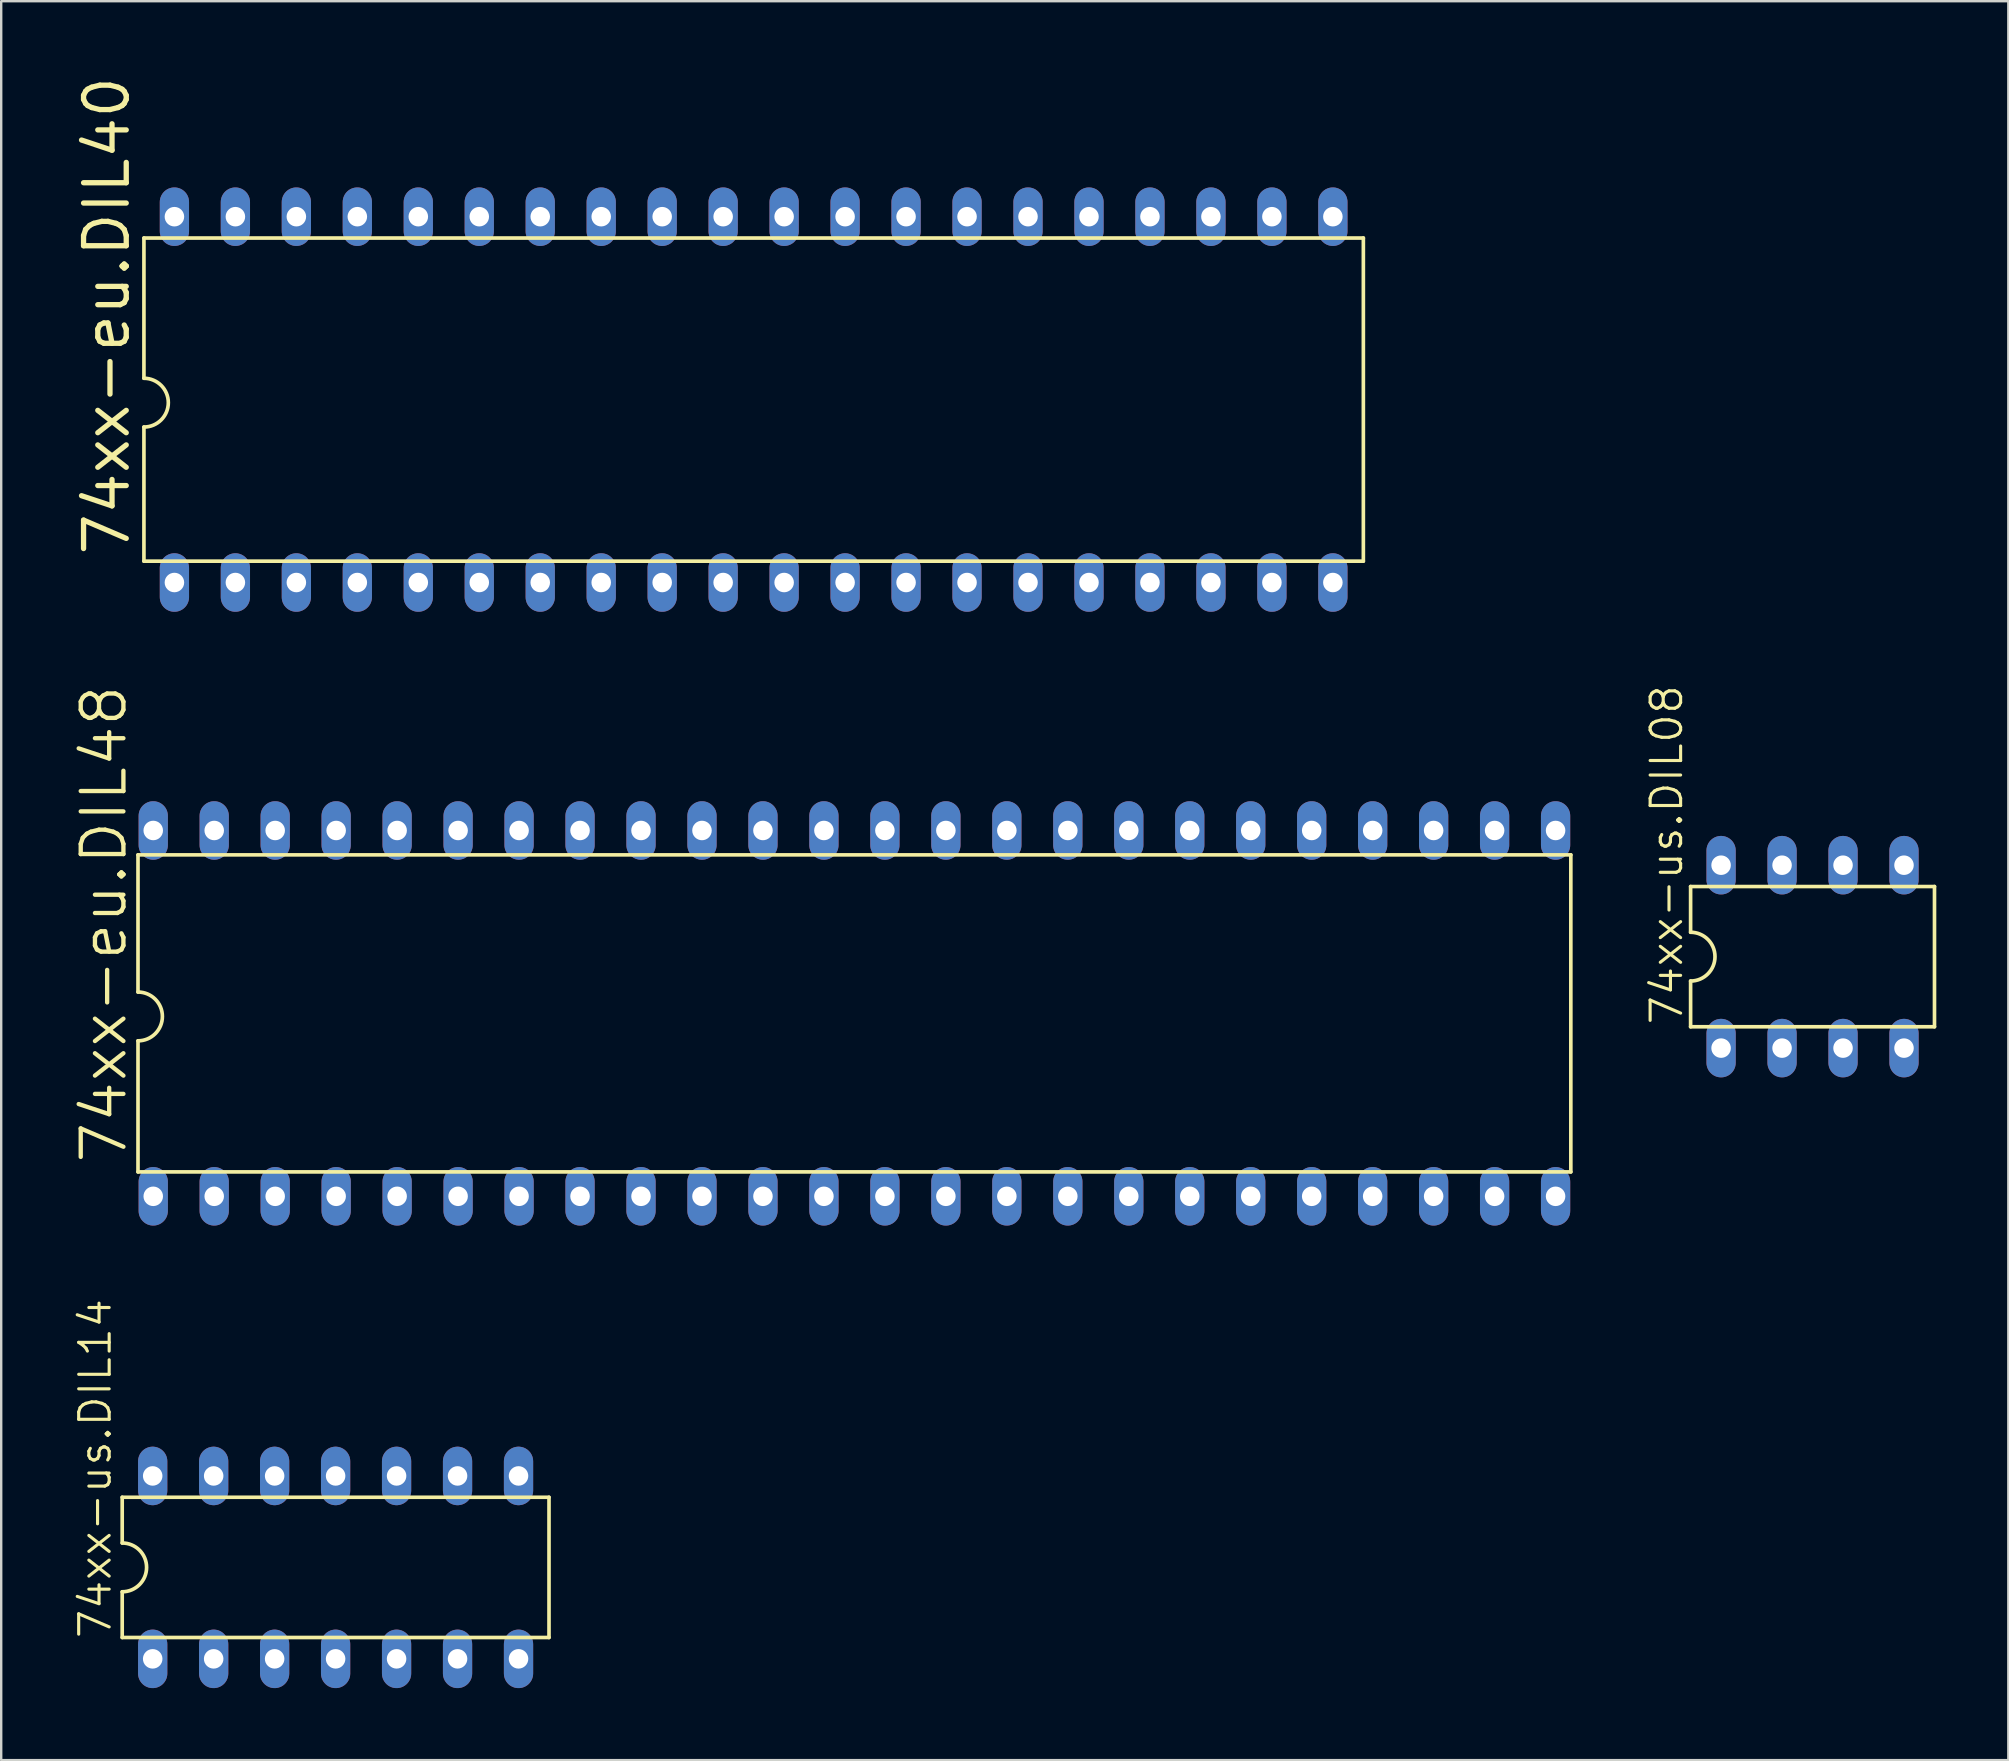
<source format=kicad_pcb>
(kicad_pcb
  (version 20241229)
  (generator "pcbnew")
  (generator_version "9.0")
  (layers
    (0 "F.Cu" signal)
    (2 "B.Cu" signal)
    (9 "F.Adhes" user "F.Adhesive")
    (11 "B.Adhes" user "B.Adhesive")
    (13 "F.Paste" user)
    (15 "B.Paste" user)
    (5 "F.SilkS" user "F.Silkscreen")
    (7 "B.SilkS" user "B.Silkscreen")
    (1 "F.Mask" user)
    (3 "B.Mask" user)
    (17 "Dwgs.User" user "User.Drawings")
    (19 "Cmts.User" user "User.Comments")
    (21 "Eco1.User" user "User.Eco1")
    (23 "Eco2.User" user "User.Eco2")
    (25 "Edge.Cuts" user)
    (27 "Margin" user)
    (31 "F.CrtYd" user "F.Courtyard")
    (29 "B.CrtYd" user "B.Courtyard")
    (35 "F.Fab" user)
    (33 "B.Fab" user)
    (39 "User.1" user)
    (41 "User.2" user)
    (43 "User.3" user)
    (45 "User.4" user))
  (footprint "74xx-us.DIL08"
    (layer "F.Cu")
    (at 72.459 36.803)
    (property "Reference" "74xx-us.DIL08" (at -5.334 2.921 90) (layer "F.SilkS") (effects (font (size 1.27 1.27) (thickness 0.13)) (justify left bottom)))
    (attr through_hole)
    (fp_line (start -5.08 -2.921) (end -5.08 -1.016) (stroke (width 0.152) (type default)) (layer "F.SilkS"))
    (fp_line (start -5.08 2.921) (end -5.08 1.016) (stroke (width 0.152) (type default)) (layer "F.SilkS"))
    (fp_line (start -5.08 2.921) (end 5.08 2.921) (stroke (width 0.152) (type default)) (layer "F.SilkS"))
    (fp_line (start 5.08 -2.921) (end -5.08 -2.921) (stroke (width 0.152) (type default)) (layer "F.SilkS"))
    (fp_line (start 5.08 -2.921) (end 5.08 2.921) (stroke (width 0.152) (type default)) (layer "F.SilkS"))
    (fp_arc (start -5.08 -1.016) (mid -4.064 0) (end -5.08 1.016) (stroke (width 0.1524) (type default)) (layer "F.SilkS"))
    (pad "1" thru_hole oval (at -3.81 3.81 90) (size 2.438 1.219) (drill 0.813) (layers "*.Cu" "*.Mask"))
    (pad "2" thru_hole oval (at -1.27 3.81 90) (size 2.438 1.219) (drill 0.813) (layers "*.Cu" "*.Mask"))
    (pad "3" thru_hole oval (at 1.27 3.81 90) (size 2.438 1.219) (drill 0.813) (layers "*.Cu" "*.Mask"))
    (pad "4" thru_hole oval (at 3.81 3.81 90) (size 2.438 1.219) (drill 0.813) (layers "*.Cu" "*.Mask"))
    (pad "5" thru_hole oval (at 3.81 -3.81 90) (size 2.438 1.219) (drill 0.813) (layers "*.Cu" "*.Mask"))
    (pad "6" thru_hole oval (at 1.27 -3.81 90) (size 2.438 1.219) (drill 0.813) (layers "*.Cu" "*.Mask"))
    (pad "7" thru_hole oval (at -1.27 -3.81 90) (size 2.438 1.219) (drill 0.813) (layers "*.Cu" "*.Mask"))
    (pad "8" thru_hole oval (at -3.81 -3.81 90) (size 2.438 1.219) (drill 0.813) (layers "*.Cu" "*.Mask")))
  (footprint "74xx-eu.DIL48"
    (layer "F.Cu")
    (at 32.544 39.167)
    (property "Reference" "74xx-eu.DIL48" (at -30.226 6.35 90) (layer "F.SilkS") (effects (font (size 1.778 1.778) (thickness 0.18)) (justify left bottom)))
    (attr through_hole)
    (fp_line (start -29.845 -6.604) (end -29.845 -0.889) (stroke (width 0.152) (type default)) (layer "F.SilkS"))
    (fp_line (start -29.845 6.604) (end -29.845 1.143) (stroke (width 0.152) (type default)) (layer "F.SilkS"))
    (fp_line (start -29.845 6.604) (end 29.845 6.604) (stroke (width 0.152) (type default)) (layer "F.SilkS"))
    (fp_line (start 29.845 -6.604) (end -29.845 -6.604) (stroke (width 0.152) (type default)) (layer "F.SilkS"))
    (fp_line (start 29.845 6.604) (end 29.845 -6.604) (stroke (width 0.152) (type default)) (layer "F.SilkS"))
    (fp_arc (start -29.845 -0.889) (mid -28.829 0.127) (end -29.845 1.143) (stroke (width 0.1524) (type default)) (layer "F.SilkS"))
    (pad "1" thru_hole oval (at -29.21 7.62 90) (size 2.438 1.219) (drill 0.813) (layers "*.Cu" "*.Mask"))
    (pad "2" thru_hole oval (at -26.67 7.62 90) (size 2.438 1.219) (drill 0.813) (layers "*.Cu" "*.Mask"))
    (pad "3" thru_hole oval (at -24.13 7.62 90) (size 2.438 1.219) (drill 0.813) (layers "*.Cu" "*.Mask"))
    (pad "4" thru_hole oval (at -21.59 7.62 90) (size 2.438 1.219) (drill 0.813) (layers "*.Cu" "*.Mask"))
    (pad "5" thru_hole oval (at -19.05 7.62 90) (size 2.438 1.219) (drill 0.813) (layers "*.Cu" "*.Mask"))
    (pad "6" thru_hole oval (at -16.51 7.62 90) (size 2.438 1.219) (drill 0.813) (layers "*.Cu" "*.Mask"))
    (pad "7" thru_hole oval (at -13.97 7.62 90) (size 2.438 1.219) (drill 0.813) (layers "*.Cu" "*.Mask"))
    (pad "8" thru_hole oval (at -11.43 7.62 90) (size 2.438 1.219) (drill 0.813) (layers "*.Cu" "*.Mask"))
    (pad "9" thru_hole oval (at -8.89 7.62 90) (size 2.438 1.219) (drill 0.813) (layers "*.Cu" "*.Mask"))
    (pad "10" thru_hole oval (at -6.35 7.62 90) (size 2.438 1.219) (drill 0.813) (layers "*.Cu" "*.Mask"))
    (pad "11" thru_hole oval (at -3.81 7.62 90) (size 2.438 1.219) (drill 0.813) (layers "*.Cu" "*.Mask"))
    (pad "12" thru_hole oval (at -1.27 7.62 90) (size 2.438 1.219) (drill 0.813) (layers "*.Cu" "*.Mask"))
    (pad "13" thru_hole oval (at 1.27 7.62 90) (size 2.438 1.219) (drill 0.813) (layers "*.Cu" "*.Mask"))
    (pad "14" thru_hole oval (at 3.81 7.62 90) (size 2.438 1.219) (drill 0.813) (layers "*.Cu" "*.Mask"))
    (pad "15" thru_hole oval (at 6.35 7.62 90) (size 2.438 1.219) (drill 0.813) (layers "*.Cu" "*.Mask"))
    (pad "16" thru_hole oval (at 8.89 7.62 90) (size 2.438 1.219) (drill 0.813) (layers "*.Cu" "*.Mask"))
    (pad "17" thru_hole oval (at 11.43 7.62 90) (size 2.438 1.219) (drill 0.813) (layers "*.Cu" "*.Mask"))
    (pad "18" thru_hole oval (at 13.97 7.62 90) (size 2.438 1.219) (drill 0.813) (layers "*.Cu" "*.Mask"))
    (pad "19" thru_hole oval (at 16.51 7.62 90) (size 2.438 1.219) (drill 0.813) (layers "*.Cu" "*.Mask"))
    (pad "20" thru_hole oval (at 19.05 7.62 90) (size 2.438 1.219) (drill 0.813) (layers "*.Cu" "*.Mask"))
    (pad "21" thru_hole oval (at 21.59 7.62 90) (size 2.438 1.219) (drill 0.813) (layers "*.Cu" "*.Mask"))
    (pad "22" thru_hole oval (at 24.13 7.62 90) (size 2.438 1.219) (drill 0.813) (layers "*.Cu" "*.Mask"))
    (pad "23" thru_hole oval (at 26.67 7.62 90) (size 2.438 1.219) (drill 0.813) (layers "*.Cu" "*.Mask"))
    (pad "24" thru_hole oval (at 29.21 7.62 90) (size 2.438 1.219) (drill 0.813) (layers "*.Cu" "*.Mask"))
    (pad "25" thru_hole oval (at 29.21 -7.62 90) (size 2.438 1.219) (drill 0.813) (layers "*.Cu" "*.Mask"))
    (pad "26" thru_hole oval (at 26.67 -7.62 90) (size 2.438 1.219) (drill 0.813) (layers "*.Cu" "*.Mask"))
    (pad "27" thru_hole oval (at 24.13 -7.62 90) (size 2.438 1.219) (drill 0.813) (layers "*.Cu" "*.Mask"))
    (pad "28" thru_hole oval (at 21.59 -7.62 90) (size 2.438 1.219) (drill 0.813) (layers "*.Cu" "*.Mask"))
    (pad "29" thru_hole oval (at 19.05 -7.62 90) (size 2.438 1.219) (drill 0.813) (layers "*.Cu" "*.Mask"))
    (pad "30" thru_hole oval (at 16.51 -7.62 90) (size 2.438 1.219) (drill 0.813) (layers "*.Cu" "*.Mask"))
    (pad "31" thru_hole oval (at 13.97 -7.62 90) (size 2.438 1.219) (drill 0.813) (layers "*.Cu" "*.Mask"))
    (pad "32" thru_hole oval (at 11.43 -7.62 90) (size 2.438 1.219) (drill 0.813) (layers "*.Cu" "*.Mask"))
    (pad "33" thru_hole oval (at 8.89 -7.62 90) (size 2.438 1.219) (drill 0.813) (layers "*.Cu" "*.Mask"))
    (pad "34" thru_hole oval (at 6.35 -7.62 90) (size 2.438 1.219) (drill 0.813) (layers "*.Cu" "*.Mask"))
    (pad "35" thru_hole oval (at 3.81 -7.62 90) (size 2.438 1.219) (drill 0.813) (layers "*.Cu" "*.Mask"))
    (pad "36" thru_hole oval (at 1.27 -7.62 90) (size 2.438 1.219) (drill 0.813) (layers "*.Cu" "*.Mask"))
    (pad "37" thru_hole oval (at -1.27 -7.62 90) (size 2.438 1.219) (drill 0.813) (layers "*.Cu" "*.Mask"))
    (pad "38" thru_hole oval (at -3.81 -7.62 90) (size 2.438 1.219) (drill 0.813) (layers "*.Cu" "*.Mask"))
    (pad "39" thru_hole oval (at -6.35 -7.62 90) (size 2.438 1.219) (drill 0.813) (layers "*.Cu" "*.Mask"))
    (pad "40" thru_hole oval (at -8.89 -7.62 90) (size 2.438 1.219) (drill 0.813) (layers "*.Cu" "*.Mask"))
    (pad "41" thru_hole oval (at -11.43 -7.62 90) (size 2.438 1.219) (drill 0.813) (layers "*.Cu" "*.Mask"))
    (pad "42" thru_hole oval (at -13.97 -7.62 90) (size 2.438 1.219) (drill 0.813) (layers "*.Cu" "*.Mask"))
    (pad "43" thru_hole oval (at -16.51 -7.62 90) (size 2.438 1.219) (drill 0.813) (layers "*.Cu" "*.Mask"))
    (pad "44" thru_hole oval (at -19.05 -7.62 90) (size 2.438 1.219) (drill 0.813) (layers "*.Cu" "*.Mask"))
    (pad "45" thru_hole oval (at -21.59 -7.62 90) (size 2.438 1.219) (drill 0.813) (layers "*.Cu" "*.Mask"))
    (pad "46" thru_hole oval (at -24.13 -7.62 90) (size 2.438 1.219) (drill 0.813) (layers "*.Cu" "*.Mask"))
    (pad "47" thru_hole oval (at -26.67 -7.62 90) (size 2.438 1.219) (drill 0.813) (layers "*.Cu" "*.Mask"))
    (pad "48" thru_hole oval (at -29.21 -7.62 90) (size 2.438 1.219) (drill 0.813) (layers "*.Cu" "*.Mask")))
  (footprint "74xx-us.DIL14"
    (layer "F.Cu")
    (at 10.931 62.246)
    (property "Reference" "74xx-us.DIL14" (at -9.271 3.048 90) (layer "F.SilkS") (effects (font (size 1.27 1.27) (thickness 0.13)) (justify left bottom)))
    (attr through_hole)
    (fp_line (start -8.89 -2.921) (end -8.89 -1.016) (stroke (width 0.152) (type default)) (layer "F.SilkS"))
    (fp_line (start -8.89 2.921) (end -8.89 1.016) (stroke (width 0.152) (type default)) (layer "F.SilkS"))
    (fp_line (start -8.89 2.921) (end 8.89 2.921) (stroke (width 0.152) (type default)) (layer "F.SilkS"))
    (fp_line (start 8.89 -2.921) (end -8.89 -2.921) (stroke (width 0.152) (type default)) (layer "F.SilkS"))
    (fp_line (start 8.89 -2.921) (end 8.89 2.921) (stroke (width 0.152) (type default)) (layer "F.SilkS"))
    (fp_arc (start -8.89 -1.016) (mid -7.874 0) (end -8.89 1.016) (stroke (width 0.1524) (type default)) (layer "F.SilkS"))
    (pad "1" thru_hole oval (at -7.62 3.81 90) (size 2.438 1.219) (drill 0.813) (layers "*.Cu" "*.Mask"))
    (pad "2" thru_hole oval (at -5.08 3.81 90) (size 2.438 1.219) (drill 0.813) (layers "*.Cu" "*.Mask"))
    (pad "3" thru_hole oval (at -2.54 3.81 90) (size 2.438 1.219) (drill 0.813) (layers "*.Cu" "*.Mask"))
    (pad "4" thru_hole oval (at 0 3.81 90) (size 2.438 1.219) (drill 0.813) (layers "*.Cu" "*.Mask"))
    (pad "5" thru_hole oval (at 2.54 3.81 90) (size 2.438 1.219) (drill 0.813) (layers "*.Cu" "*.Mask"))
    (pad "6" thru_hole oval (at 5.08 3.81 90) (size 2.438 1.219) (drill 0.813) (layers "*.Cu" "*.Mask"))
    (pad "7" thru_hole oval (at 7.62 3.81 90) (size 2.438 1.219) (drill 0.813) (layers "*.Cu" "*.Mask"))
    (pad "8" thru_hole oval (at 7.62 -3.81 90) (size 2.438 1.219) (drill 0.813) (layers "*.Cu" "*.Mask"))
    (pad "9" thru_hole oval (at 5.08 -3.81 90) (size 2.438 1.219) (drill 0.813) (layers "*.Cu" "*.Mask"))
    (pad "10" thru_hole oval (at 2.54 -3.81 90) (size 2.438 1.219) (drill 0.813) (layers "*.Cu" "*.Mask"))
    (pad "11" thru_hole oval (at 0 -3.81 90) (size 2.438 1.219) (drill 0.813) (layers "*.Cu" "*.Mask"))
    (pad "12" thru_hole oval (at -2.54 -3.81 90) (size 2.438 1.219) (drill 0.813) (layers "*.Cu" "*.Mask"))
    (pad "13" thru_hole oval (at -5.08 -3.81 90) (size 2.438 1.219) (drill 0.813) (layers "*.Cu" "*.Mask"))
    (pad "14" thru_hole oval (at -7.62 -3.81 90) (size 2.438 1.219) (drill 0.813) (layers "*.Cu" "*.Mask")))
  (footprint "74xx-eu.DIL40"
    (layer "F.Cu")
    (at 28.346 13.597)
    (property "Reference" "74xx-eu.DIL40" (at -25.908 6.604 90) (layer "F.SilkS") (effects (font (size 1.778 1.778) (thickness 0.22)) (justify left bottom)))
    (attr through_hole)
    (fp_line (start -25.4 -6.731) (end -25.4 -0.889) (stroke (width 0.152) (type default)) (layer "F.SilkS"))
    (fp_line (start -25.4 6.731) (end -25.4 1.143) (stroke (width 0.152) (type default)) (layer "F.SilkS"))
    (fp_line (start -25.4 6.731) (end 25.4 6.731) (stroke (width 0.152) (type default)) (layer "F.SilkS"))
    (fp_line (start 25.4 -6.731) (end -25.4 -6.731) (stroke (width 0.152) (type default)) (layer "F.SilkS"))
    (fp_line (start 25.4 -6.731) (end 25.4 6.731) (stroke (width 0.152) (type default)) (layer "F.SilkS"))
    (fp_arc (start -25.4 -0.889) (mid -24.384 0.127) (end -25.4 1.143) (stroke (width 0.1524) (type default)) (layer "F.SilkS"))
    (pad "1" thru_hole oval (at -24.13 7.62 90) (size 2.438 1.219) (drill 0.813) (layers "*.Cu" "*.Mask"))
    (pad "2" thru_hole oval (at -21.59 7.62 90) (size 2.438 1.219) (drill 0.813) (layers "*.Cu" "*.Mask"))
    (pad "3" thru_hole oval (at -19.05 7.62 90) (size 2.438 1.219) (drill 0.813) (layers "*.Cu" "*.Mask"))
    (pad "4" thru_hole oval (at -16.51 7.62 90) (size 2.438 1.219) (drill 0.813) (layers "*.Cu" "*.Mask"))
    (pad "5" thru_hole oval (at -13.97 7.62 90) (size 2.438 1.219) (drill 0.813) (layers "*.Cu" "*.Mask"))
    (pad "6" thru_hole oval (at -11.43 7.62 90) (size 2.438 1.219) (drill 0.813) (layers "*.Cu" "*.Mask"))
    (pad "7" thru_hole oval (at -8.89 7.62 90) (size 2.438 1.219) (drill 0.813) (layers "*.Cu" "*.Mask"))
    (pad "8" thru_hole oval (at -6.35 7.62 90) (size 2.438 1.219) (drill 0.813) (layers "*.Cu" "*.Mask"))
    (pad "9" thru_hole oval (at -3.81 7.62 90) (size 2.438 1.219) (drill 0.813) (layers "*.Cu" "*.Mask"))
    (pad "10" thru_hole oval (at -1.27 7.62 90) (size 2.438 1.219) (drill 0.813) (layers "*.Cu" "*.Mask"))
    (pad "11" thru_hole oval (at 1.27 7.62 90) (size 2.438 1.219) (drill 0.813) (layers "*.Cu" "*.Mask"))
    (pad "12" thru_hole oval (at 3.81 7.62 90) (size 2.438 1.219) (drill 0.813) (layers "*.Cu" "*.Mask"))
    (pad "13" thru_hole oval (at 6.35 7.62 90) (size 2.438 1.219) (drill 0.813) (layers "*.Cu" "*.Mask"))
    (pad "14" thru_hole oval (at 8.89 7.62 90) (size 2.438 1.219) (drill 0.813) (layers "*.Cu" "*.Mask"))
    (pad "15" thru_hole oval (at 11.43 7.62 90) (size 2.438 1.219) (drill 0.813) (layers "*.Cu" "*.Mask"))
    (pad "16" thru_hole oval (at 13.97 7.62 90) (size 2.438 1.219) (drill 0.813) (layers "*.Cu" "*.Mask"))
    (pad "17" thru_hole oval (at 16.51 7.62 90) (size 2.438 1.219) (drill 0.813) (layers "*.Cu" "*.Mask"))
    (pad "18" thru_hole oval (at 19.05 7.62 90) (size 2.438 1.219) (drill 0.813) (layers "*.Cu" "*.Mask"))
    (pad "19" thru_hole oval (at 21.59 7.62 90) (size 2.438 1.219) (drill 0.813) (layers "*.Cu" "*.Mask"))
    (pad "20" thru_hole oval (at 24.13 7.62 90) (size 2.438 1.219) (drill 0.813) (layers "*.Cu" "*.Mask"))
    (pad "21" thru_hole oval (at 24.13 -7.62 90) (size 2.438 1.219) (drill 0.813) (layers "*.Cu" "*.Mask"))
    (pad "22" thru_hole oval (at 21.59 -7.62 90) (size 2.438 1.219) (drill 0.813) (layers "*.Cu" "*.Mask"))
    (pad "23" thru_hole oval (at 19.05 -7.62 90) (size 2.438 1.219) (drill 0.813) (layers "*.Cu" "*.Mask"))
    (pad "24" thru_hole oval (at 16.51 -7.62 90) (size 2.438 1.219) (drill 0.813) (layers "*.Cu" "*.Mask"))
    (pad "25" thru_hole oval (at 13.97 -7.62 90) (size 2.438 1.219) (drill 0.813) (layers "*.Cu" "*.Mask"))
    (pad "26" thru_hole oval (at 11.43 -7.62 90) (size 2.438 1.219) (drill 0.813) (layers "*.Cu" "*.Mask"))
    (pad "27" thru_hole oval (at 8.89 -7.62 90) (size 2.438 1.219) (drill 0.813) (layers "*.Cu" "*.Mask"))
    (pad "28" thru_hole oval (at 6.35 -7.62 90) (size 2.438 1.219) (drill 0.813) (layers "*.Cu" "*.Mask"))
    (pad "29" thru_hole oval (at 3.81 -7.62 90) (size 2.438 1.219) (drill 0.813) (layers "*.Cu" "*.Mask"))
    (pad "30" thru_hole oval (at 1.27 -7.62 90) (size 2.438 1.219) (drill 0.813) (layers "*.Cu" "*.Mask"))
    (pad "31" thru_hole oval (at -1.27 -7.62 90) (size 2.438 1.219) (drill 0.813) (layers "*.Cu" "*.Mask"))
    (pad "32" thru_hole oval (at -3.81 -7.62 90) (size 2.438 1.219) (drill 0.813) (layers "*.Cu" "*.Mask"))
    (pad "33" thru_hole oval (at -6.35 -7.62 90) (size 2.438 1.219) (drill 0.813) (layers "*.Cu" "*.Mask"))
    (pad "34" thru_hole oval (at -8.89 -7.62 90) (size 2.438 1.219) (drill 0.813) (layers "*.Cu" "*.Mask"))
    (pad "35" thru_hole oval (at -11.43 -7.62 90) (size 2.438 1.219) (drill 0.813) (layers "*.Cu" "*.Mask"))
    (pad "36" thru_hole oval (at -13.97 -7.62 90) (size 2.438 1.219) (drill 0.813) (layers "*.Cu" "*.Mask"))
    (pad "37" thru_hole oval (at -16.51 -7.62 90) (size 2.438 1.219) (drill 0.813) (layers "*.Cu" "*.Mask"))
    (pad "38" thru_hole oval (at -19.05 -7.62 90) (size 2.438 1.219) (drill 0.813) (layers "*.Cu" "*.Mask"))
    (pad "39" thru_hole oval (at -21.59 -7.62 90) (size 2.438 1.219) (drill 0.813) (layers "*.Cu" "*.Mask"))
    (pad "40" thru_hole oval (at -24.13 -7.62 90) (size 2.438 1.219) (drill 0.813) (layers "*.Cu" "*.Mask")))
  (gr_rect
    (start -3 -3)
    (end 80.615 70.275)
    (stroke (width 0.1) (type default))
    (fill no)
    (layer "Edge.Cuts")))
</source>
